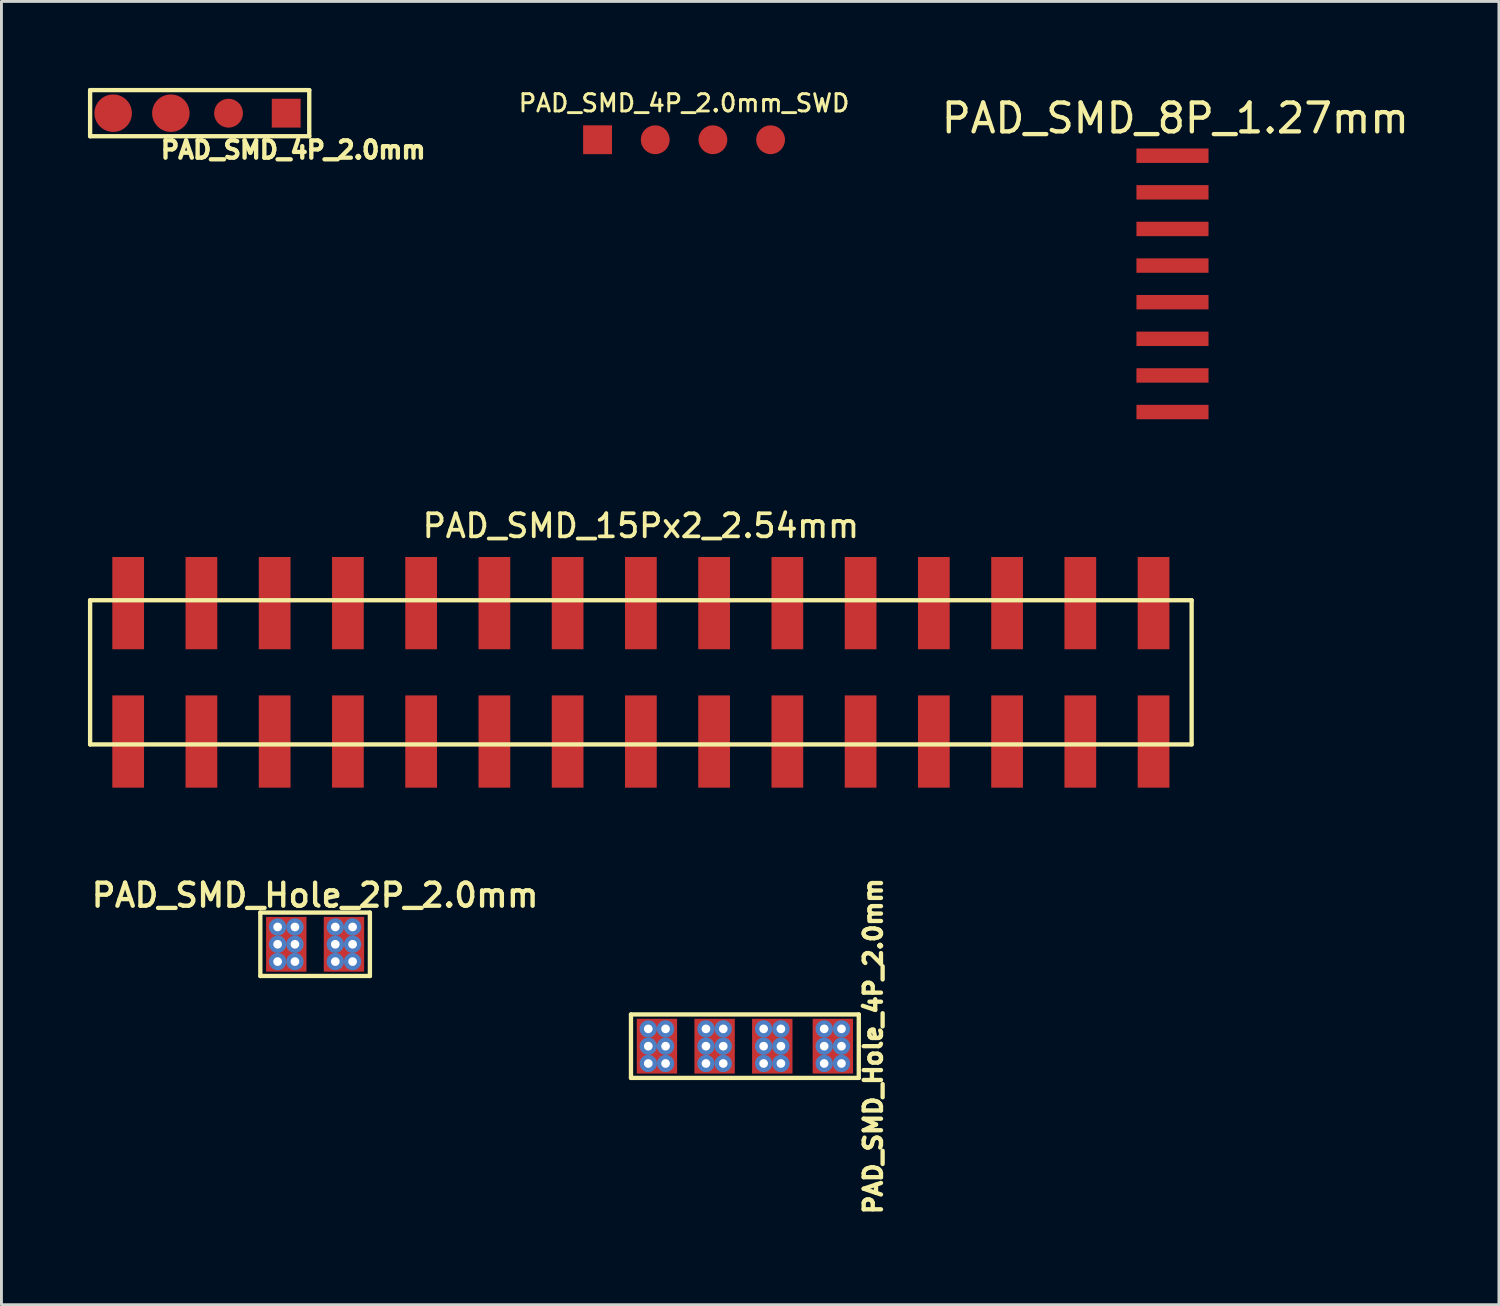
<source format=kicad_pcb>
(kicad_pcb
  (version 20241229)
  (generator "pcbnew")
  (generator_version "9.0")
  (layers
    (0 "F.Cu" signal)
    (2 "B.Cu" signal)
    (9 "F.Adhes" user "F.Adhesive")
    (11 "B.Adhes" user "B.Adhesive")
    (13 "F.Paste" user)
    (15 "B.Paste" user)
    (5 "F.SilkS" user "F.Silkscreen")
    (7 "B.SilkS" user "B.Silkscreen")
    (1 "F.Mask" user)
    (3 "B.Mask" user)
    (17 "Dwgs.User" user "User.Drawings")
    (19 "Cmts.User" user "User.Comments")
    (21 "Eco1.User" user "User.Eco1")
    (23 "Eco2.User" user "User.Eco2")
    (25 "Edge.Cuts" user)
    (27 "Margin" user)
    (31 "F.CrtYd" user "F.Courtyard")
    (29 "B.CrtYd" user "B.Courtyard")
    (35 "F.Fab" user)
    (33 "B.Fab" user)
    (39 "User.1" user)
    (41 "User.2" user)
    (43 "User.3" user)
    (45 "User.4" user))
  (footprint "PAD_SMD_15Px2_2.54mm"
    (layer "F.Cu")
    (at 19.175 20.266)
    (property "Reference" "PAD_SMD_15Px2_2.54mm" (at 0 -5.08 0) (layer "F.SilkS") (effects (font (size 0.8 0.8) (thickness 0.13))))
    (attr through_hole)
    (fp_line (start -19.1 -2.5) (end -19.1 2.5) (stroke (width 0.15) (type solid)) (layer "F.SilkS"))
    (fp_line (start -19.1 2.5) (end 19.1 2.5) (stroke (width 0.15) (type solid)) (layer "F.SilkS"))
    (fp_line (start 19.1 -2.5) (end -19.1 -2.5) (stroke (width 0.15) (type solid)) (layer "F.SilkS"))
    (fp_line (start 19.1 2.5) (end 19.1 -2.5) (stroke (width 0.15) (type solid)) (layer "F.SilkS"))
    (pad "1" smd rect (at -17.78 2.4) (size 1.1 3.2) (layers "F.Cu" "F.Mask" "F.Paste"))
    (pad "2" smd rect (at -17.78 -2.4) (size 1.1 3.2) (layers "F.Cu" "F.Mask" "F.Paste"))
    (pad "3" smd rect (at -15.24 2.4) (size 1.1 3.2) (layers "F.Cu" "F.Mask" "F.Paste"))
    (pad "4" smd rect (at -15.24 -2.4) (size 1.1 3.2) (layers "F.Cu" "F.Mask" "F.Paste"))
    (pad "5" smd rect (at -12.7 2.4) (size 1.1 3.2) (layers "F.Cu" "F.Mask" "F.Paste"))
    (pad "6" smd rect (at -12.7 -2.4) (size 1.1 3.2) (layers "F.Cu" "F.Mask" "F.Paste"))
    (pad "7" smd rect (at -10.16 2.4) (size 1.1 3.2) (layers "F.Cu" "F.Mask" "F.Paste"))
    (pad "8" smd rect (at -10.16 -2.4) (size 1.1 3.2) (layers "F.Cu" "F.Mask" "F.Paste"))
    (pad "9" smd rect (at -7.62 2.4) (size 1.1 3.2) (layers "F.Cu" "F.Mask" "F.Paste"))
    (pad "10" smd rect (at -7.62 -2.4) (size 1.1 3.2) (layers "F.Cu" "F.Mask" "F.Paste"))
    (pad "11" smd rect (at -5.08 2.4) (size 1.1 3.2) (layers "F.Cu" "F.Mask" "F.Paste"))
    (pad "12" smd rect (at -5.08 -2.4) (size 1.1 3.2) (layers "F.Cu" "F.Mask" "F.Paste"))
    (pad "13" smd rect (at -2.54 2.4) (size 1.1 3.2) (layers "F.Cu" "F.Mask" "F.Paste"))
    (pad "14" smd rect (at -2.54 -2.4) (size 1.1 3.2) (layers "F.Cu" "F.Mask" "F.Paste"))
    (pad "15" smd rect (at 0 2.4) (size 1.1 3.2) (layers "F.Cu" "F.Mask" "F.Paste"))
    (pad "16" smd rect (at 0 -2.4) (size 1.1 3.2) (layers "F.Cu" "F.Mask" "F.Paste"))
    (pad "17" smd rect (at 2.54 2.4) (size 1.1 3.2) (layers "F.Cu" "F.Mask" "F.Paste"))
    (pad "18" smd rect (at 2.54 -2.4) (size 1.1 3.2) (layers "F.Cu" "F.Mask" "F.Paste"))
    (pad "19" smd rect (at 5.08 2.4) (size 1.1 3.2) (layers "F.Cu" "F.Mask" "F.Paste"))
    (pad "20" smd rect (at 5.08 -2.4) (size 1.1 3.2) (layers "F.Cu" "F.Mask" "F.Paste"))
    (pad "21" smd rect (at 7.62 2.4) (size 1.1 3.2) (layers "F.Cu" "F.Mask" "F.Paste"))
    (pad "22" smd rect (at 7.62 -2.4) (size 1.1 3.2) (layers "F.Cu" "F.Mask" "F.Paste"))
    (pad "23" smd rect (at 10.16 2.4) (size 1.1 3.2) (layers "F.Cu" "F.Mask" "F.Paste"))
    (pad "24" smd rect (at 10.16 -2.4) (size 1.1 3.2) (layers "F.Cu" "F.Mask" "F.Paste"))
    (pad "25" smd rect (at 12.7 2.4) (size 1.1 3.2) (layers "F.Cu" "F.Mask" "F.Paste"))
    (pad "26" smd rect (at 12.7 -2.4) (size 1.1 3.2) (layers "F.Cu" "F.Mask" "F.Paste"))
    (pad "27" smd rect (at 15.24 2.4) (size 1.1 3.2) (layers "F.Cu" "F.Mask" "F.Paste"))
    (pad "28" smd rect (at 15.24 -2.4) (size 1.1 3.2) (layers "F.Cu" "F.Mask" "F.Paste"))
    (pad "29" smd rect (at 17.78 2.4) (size 1.1 3.2) (layers "F.Cu" "F.Mask" "F.Paste"))
    (pad "30" smd rect (at 17.78 -2.4) (size 1.1 3.2) (layers "F.Cu" "F.Mask" "F.Paste")))
  (footprint "PAD_SMD_8P_1.27mm"
    (layer "F.Cu")
    (at 40.211 0.25)
    (property "Reference" "PAD_SMD_8P_1.27mm" (at -2.5 0.8 0) (layer "F.SilkS") (effects (font (size 1 1) (thickness 0.15))))
    (attr through_hole)
    (pad "1" smd rect (at -2.6 2.1) (size 2.5 0.5) (layers "F.Cu" "F.Mask" "F.Paste"))
    (pad "2" smd rect (at -2.6 3.37) (size 2.5 0.5) (layers "F.Cu" "F.Mask" "F.Paste"))
    (pad "3" smd rect (at -2.6 4.64) (size 2.5 0.5) (layers "F.Cu" "F.Mask" "F.Paste"))
    (pad "4" smd rect (at -2.6 5.91) (size 2.5 0.5) (layers "F.Cu" "F.Mask" "F.Paste"))
    (pad "5" smd rect (at -2.6 7.18) (size 2.5 0.5) (layers "F.Cu" "F.Mask" "F.Paste"))
    (pad "6" smd rect (at -2.6 8.45) (size 2.5 0.5) (layers "F.Cu" "F.Mask" "F.Paste"))
    (pad "7" smd rect (at -2.6 9.72) (size 2.5 0.5) (layers "F.Cu" "F.Mask" "F.Paste"))
    (pad "8" smd rect (at -2.6 10.99) (size 2.5 0.5) (layers "F.Cu" "F.Mask" "F.Paste")))
  (footprint "PAD_SMD_4P_2.0mm"
    (layer "F.Cu")
    (at 3.875 0.875)
    (property "Reference" "PAD_SMD_4P_2.0mm" (at 3.243 1.273 180) (layer "F.SilkS") (effects (font (size 0.6 0.6) (thickness 0.15))))
    (attr through_hole)
    (fp_line (start -3.8 -0.8) (end -3.8 0.8) (stroke (width 0.15) (type solid)) (layer "F.SilkS"))
    (fp_line (start -3.8 0.8) (end 3.8 0.8) (stroke (width 0.15) (type solid)) (layer "F.SilkS"))
    (fp_line (start 3.8 -0.8) (end -3.8 -0.8) (stroke (width 0.15) (type solid)) (layer "F.SilkS"))
    (fp_line (start 3.8 0.8) (end 3.8 -0.8) (stroke (width 0.15) (type solid)) (layer "F.SilkS"))
    (pad "1" smd circle (at -3 0) (size 1.3 1.3) (layers "F.Cu" "F.Mask" "F.Paste"))
    (pad "2" smd circle (at -1 0) (size 1.3 1.3) (layers "F.Cu" "F.Mask" "F.Paste"))
    (pad "3" smd circle (at 1 0) (size 1 1) (layers "F.Cu" "F.Mask" "F.Paste"))
    (pad "4" smd rect (at 3 0) (size 1 1) (layers "F.Cu" "F.Mask" "F.Paste")))
  (footprint "PAD_SMD_Hole_4P_2.0mm"
    (placed yes)
    (layer "F.Cu")
    (at 22.732 33.231)
    (property "Reference" "PAD_SMD_Hole_4P_2.0mm" (at 4.5 0 90) (layer "F.SilkS") (effects (font (size 0.6 0.6) (thickness 0.15))))
    (attr through_hole)
    (fp_line (start -3.9 -1.1) (end 4 -1.1) (stroke (width 0.15) (type solid)) (layer "F.SilkS"))
    (fp_line (start -3.9 1.1) (end -3.9 -1.1) (stroke (width 0.15) (type solid)) (layer "F.SilkS"))
    (fp_line (start 4 -1.1) (end 4 1.1) (stroke (width 0.15) (type solid)) (layer "F.SilkS"))
    (fp_line (start 4 1.1) (end -3.9 1.1) (stroke (width 0.15) (type solid)) (layer "F.SilkS"))
    (pad "1" thru_hole circle (at -3.3 -0.6) (size 0.6 0.6) (drill 0.3) (layers "*.Cu" "F.Mask"))
    (pad "1" thru_hole circle (at -3.3 0) (size 0.6 0.6) (drill 0.3) (layers "*.Cu" "F.Mask"))
    (pad "1" thru_hole circle (at -3.3 0.6) (size 0.6 0.6) (drill 0.3) (layers "*.Cu" "F.Mask"))
    (pad "1" smd rect (at -3 0) (size 1.4 1.9) (layers "F.Cu" "F.Mask" "F.Paste"))
    (pad "1" thru_hole circle (at -2.7 -0.6) (size 0.6 0.6) (drill 0.3) (layers "*.Cu" "F.Mask"))
    (pad "1" thru_hole circle (at -2.7 0) (size 0.6 0.6) (drill 0.3) (layers "*.Cu" "F.Mask"))
    (pad "1" thru_hole circle (at -2.7 0.6) (size 0.6 0.6) (drill 0.3) (layers "*.Cu" "F.Mask"))
    (pad "2" thru_hole circle (at -1.3 -0.6) (size 0.6 0.6) (drill 0.3) (layers "*.Cu" "F.Mask"))
    (pad "2" thru_hole circle (at -1.3 0) (size 0.6 0.6) (drill 0.3) (layers "*.Cu" "F.Mask"))
    (pad "2" thru_hole circle (at -1.3 0.6) (size 0.6 0.6) (drill 0.3) (layers "*.Cu" "F.Mask"))
    (pad "2" smd rect (at -1 0) (size 1.4 1.9) (layers "F.Cu" "F.Mask" "F.Paste"))
    (pad "2" thru_hole circle (at -0.7 -0.6) (size 0.6 0.6) (drill 0.3) (layers "*.Cu" "F.Mask"))
    (pad "2" thru_hole circle (at -0.7 0) (size 0.6 0.6) (drill 0.3) (layers "*.Cu" "F.Mask"))
    (pad "2" thru_hole circle (at -0.7 0.6) (size 0.6 0.6) (drill 0.3) (layers "*.Cu" "F.Mask"))
    (pad "3" thru_hole circle (at 0.7 -0.6) (size 0.6 0.6) (drill 0.3) (layers "*.Cu" "F.Mask"))
    (pad "3" thru_hole circle (at 0.7 0) (size 0.6 0.6) (drill 0.3) (layers "*.Cu" "F.Mask"))
    (pad "3" thru_hole circle (at 0.7 0.6) (size 0.6 0.6) (drill 0.3) (layers "*.Cu" "F.Mask"))
    (pad "3" smd rect (at 1 0) (size 1.4 1.9) (layers "F.Cu" "F.Mask" "F.Paste"))
    (pad "3" thru_hole circle (at 1.3 -0.6) (size 0.6 0.6) (drill 0.3) (layers "*.Cu" "F.Mask"))
    (pad "3" thru_hole circle (at 1.3 0) (size 0.6 0.6) (drill 0.3) (layers "*.Cu" "F.Mask"))
    (pad "3" thru_hole circle (at 1.3 0.6) (size 0.6 0.6) (drill 0.3) (layers "*.Cu" "F.Mask"))
    (pad "4" thru_hole circle (at 2.8 -0.6) (size 0.6 0.6) (drill 0.3) (layers "*.Cu" "F.Mask"))
    (pad "4" thru_hole circle (at 2.8 0) (size 0.6 0.6) (drill 0.3) (layers "*.Cu" "F.Mask"))
    (pad "4" thru_hole circle (at 2.8 0.6) (size 0.6 0.6) (drill 0.3) (layers "*.Cu" "F.Mask"))
    (pad "4" smd rect (at 3.1 0) (size 1.4 1.9) (layers "F.Cu" "F.Mask" "F.Paste"))
    (pad "4" thru_hole circle (at 3.4 -0.6) (size 0.6 0.6) (drill 0.3) (layers "*.Cu" "F.Mask"))
    (pad "4" thru_hole circle (at 3.4 0) (size 0.6 0.6) (drill 0.3) (layers "*.Cu" "F.Mask"))
    (pad "4" thru_hole circle (at 3.4 0.6) (size 0.6 0.6) (drill 0.3) (layers "*.Cu" "F.Mask")))
  (footprint "PAD_SMD_Hole_2P_2.0mm"
    (placed yes)
    (layer "F.Cu")
    (at 7.878 29.697)
    (property "Reference" "PAD_SMD_Hole_2P_2.0mm" (at 0 -1.7 0) (layer "F.SilkS") (effects (font (size 0.8 0.8) (thickness 0.15))))
    (attr through_hole)
    (fp_line (start -1.9 -1.1) (end 1.9 -1.1) (stroke (width 0.15) (type solid)) (layer "F.SilkS"))
    (fp_line (start -1.9 1.1) (end -1.9 -1.1) (stroke (width 0.15) (type solid)) (layer "F.SilkS"))
    (fp_line (start 1.9 -1.1) (end 1.9 1.1) (stroke (width 0.15) (type solid)) (layer "F.SilkS"))
    (fp_line (start 1.9 1.1) (end -1.9 1.1) (stroke (width 0.15) (type solid)) (layer "F.SilkS"))
    (pad "1" thru_hole circle (at -1.3 -0.6) (size 0.6 0.6) (drill 0.3) (layers "*.Cu" "F.Mask"))
    (pad "1" thru_hole circle (at -1.3 0) (size 0.6 0.6) (drill 0.3) (layers "*.Cu" "F.Mask"))
    (pad "1" thru_hole circle (at -1.3 0.6) (size 0.6 0.6) (drill 0.3) (layers "*.Cu" "F.Mask"))
    (pad "1" smd rect (at -1 0) (size 1.4 1.9) (layers "F.Cu" "F.Mask" "F.Paste"))
    (pad "1" thru_hole circle (at -0.7 -0.6) (size 0.6 0.6) (drill 0.3) (layers "*.Cu" "F.Mask"))
    (pad "1" thru_hole circle (at -0.7 0) (size 0.6 0.6) (drill 0.3) (layers "*.Cu" "F.Mask"))
    (pad "1" thru_hole circle (at -0.7 0.6) (size 0.6 0.6) (drill 0.3) (layers "*.Cu" "F.Mask"))
    (pad "2" thru_hole circle (at 0.7 -0.6) (size 0.6 0.6) (drill 0.3) (layers "*.Cu" "F.Mask"))
    (pad "2" thru_hole circle (at 0.7 0) (size 0.6 0.6) (drill 0.3) (layers "*.Cu" "F.Mask"))
    (pad "2" thru_hole circle (at 0.7 0.6) (size 0.6 0.6) (drill 0.3) (layers "*.Cu" "F.Mask"))
    (pad "2" smd rect (at 1 0) (size 1.4 1.9) (layers "F.Cu" "F.Mask" "F.Paste"))
    (pad "2" thru_hole circle (at 1.3 -0.6) (size 0.6 0.6) (drill 0.3) (layers "*.Cu" "F.Mask"))
    (pad "2" thru_hole circle (at 1.3 0) (size 0.6 0.6) (drill 0.3) (layers "*.Cu" "F.Mask"))
    (pad "2" thru_hole circle (at 1.3 0.6) (size 0.6 0.6) (drill 0.3) (layers "*.Cu" "F.Mask")))
  (footprint "PAD_SMD_4P_2.0mm_SWD"
    (layer "F.Cu")
    (at 20.673 1.796)
    (property "Reference" "PAD_SMD_4P_2.0mm_SWD" (at 0 -1.27 0) (layer "F.SilkS") (effects (font (size 0.6 0.6) (thickness 0.1))))
    (attr through_hole)
    (pad "1" smd rect (at -3 0) (size 1 1) (layers "F.Cu" "F.Mask" "F.Paste"))
    (pad "2" smd circle (at -1 0) (size 1 1) (layers "F.Cu" "F.Mask" "F.Paste"))
    (pad "3" smd circle (at 1 0) (size 1 1) (layers "F.Cu" "F.Mask" "F.Paste"))
    (pad "4" smd circle (at 3 0) (size 1 1) (layers "F.Cu" "F.Mask" "F.Paste")))
  (gr_rect
    (start -3 -3)
    (end 48.932 42.196)
    (stroke (width 0.1) (type default))
    (fill no)
    (layer "Edge.Cuts")))
</source>
